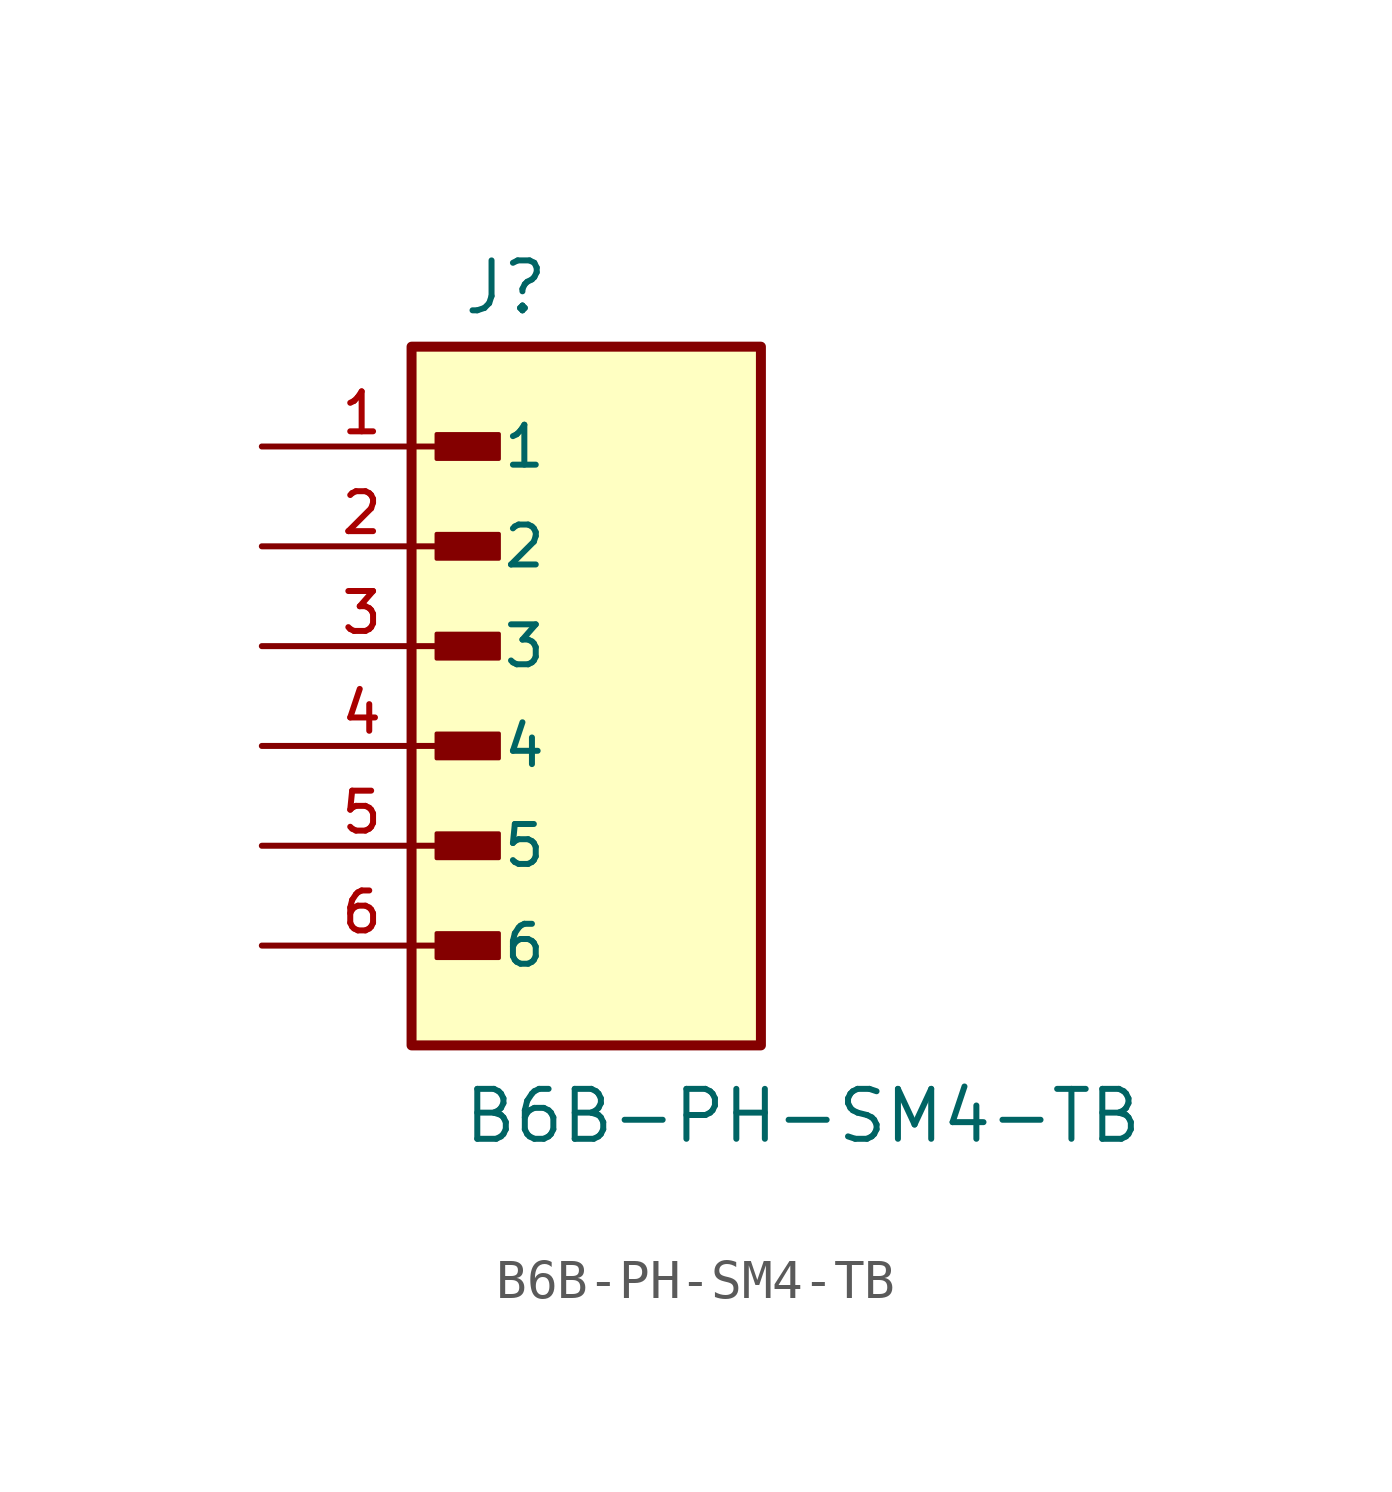
<source format=kicad_sym>
(kicad_symbol_lib
  (version 20211014)
  (generator kicad_symbol_editor)
  (symbol "B6B-PH-SM4-TB"
    (pin_names
      (offset 1.016))
    (property "Reference" "J"
      (at -2.54 8.382 0)
      (effects (font (size 1.27 1.27)) (justify bottom left)))
    (property "Value" "B6B-PH-SM4-TB"
      (at -2.54 -12.7 0)
      (effects (font (size 1.27 1.27)) (justify bottom left)))
    (symbol "B6B-PH-SM4-TB_0_0"
      (rectangle (start -3.175 4.763) (end -1.587 5.397) (stroke (width 0.1)) (fill (type outline)))
      (rectangle (start -3.175 2.223) (end -1.587 2.857) (stroke (width 0.1)) (fill (type outline)))
      (rectangle (start -3.175 -0.318) (end -1.587 0.318) (stroke (width 0.1)) (fill (type outline)))
      (rectangle (start -3.175 -2.857) (end -1.587 -2.223) (stroke (width 0.1)) (fill (type outline)))
      (rectangle (start -3.175 -5.397) (end -1.587 -4.763) (stroke (width 0.1)) (fill (type outline)))
      (rectangle (start -3.175 -7.938) (end -1.587 -7.303) (stroke (width 0.1)) (fill (type outline)))
      (rectangle (start -3.81 -10.16) (end 5.08 7.62) (stroke (width 0.254)) (fill (type background)))
      (pin passive line (at -7.62 5.08 0) (length 5.08) (name "1" (effects (font (size 1.016 1.016)))) (number "1" (effects (font (size 1.016 1.016)))))
      (pin passive line (at -7.62 2.54 0) (length 5.08) (name "2" (effects (font (size 1.016 1.016)))) (number "2" (effects (font (size 1.016 1.016)))))
      (pin passive line (at -7.62 0.0 0) (length 5.08) (name "3" (effects (font (size 1.016 1.016)))) (number "3" (effects (font (size 1.016 1.016)))))
      (pin passive line (at -7.62 -2.54 0) (length 5.08) (name "4" (effects (font (size 1.016 1.016)))) (number "4" (effects (font (size 1.016 1.016)))))
      (pin passive line (at -7.62 -5.08 0) (length 5.08) (name "5" (effects (font (size 1.016 1.016)))) (number "5" (effects (font (size 1.016 1.016)))))
      (pin passive line (at -7.62 -7.62 0) (length 5.08) (name "6" (effects (font (size 1.016 1.016)))) (number "6" (effects (font (size 1.016 1.016))))))))
</source>
